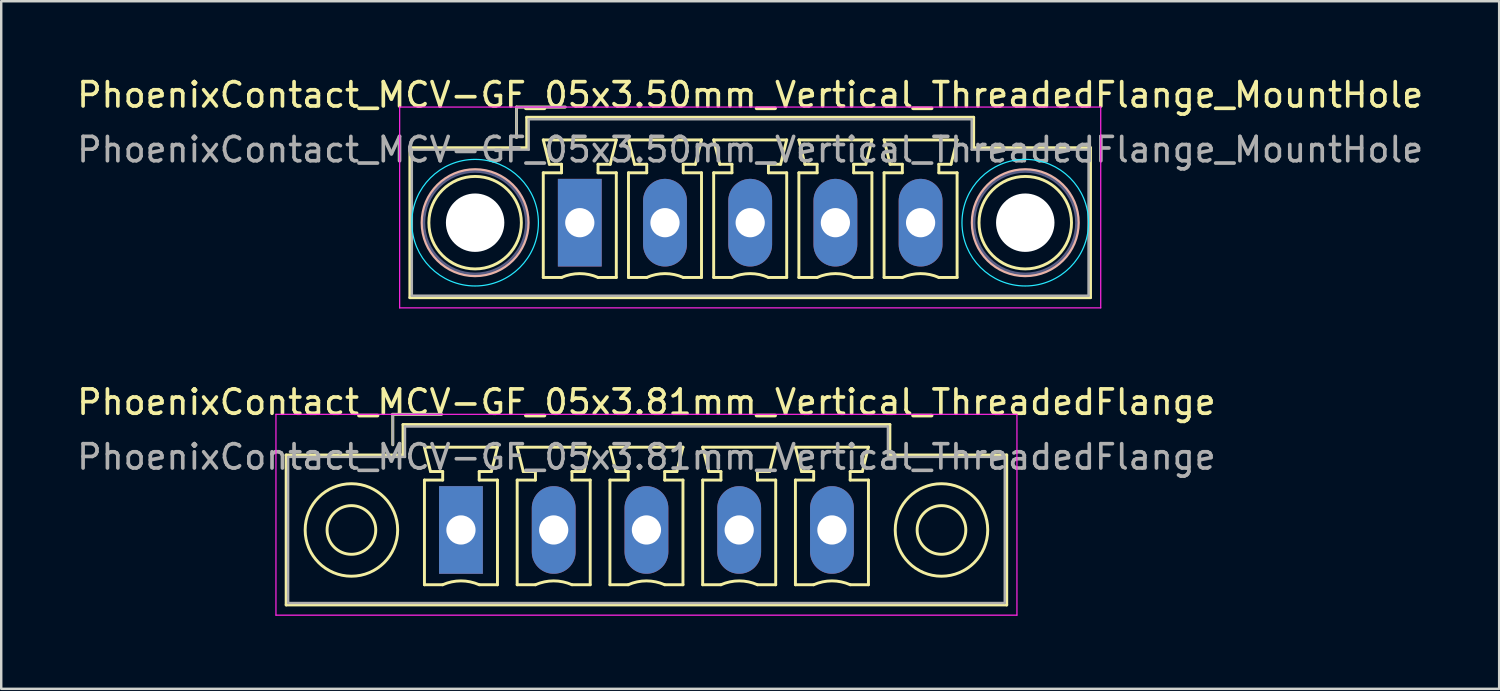
<source format=kicad_pcb>
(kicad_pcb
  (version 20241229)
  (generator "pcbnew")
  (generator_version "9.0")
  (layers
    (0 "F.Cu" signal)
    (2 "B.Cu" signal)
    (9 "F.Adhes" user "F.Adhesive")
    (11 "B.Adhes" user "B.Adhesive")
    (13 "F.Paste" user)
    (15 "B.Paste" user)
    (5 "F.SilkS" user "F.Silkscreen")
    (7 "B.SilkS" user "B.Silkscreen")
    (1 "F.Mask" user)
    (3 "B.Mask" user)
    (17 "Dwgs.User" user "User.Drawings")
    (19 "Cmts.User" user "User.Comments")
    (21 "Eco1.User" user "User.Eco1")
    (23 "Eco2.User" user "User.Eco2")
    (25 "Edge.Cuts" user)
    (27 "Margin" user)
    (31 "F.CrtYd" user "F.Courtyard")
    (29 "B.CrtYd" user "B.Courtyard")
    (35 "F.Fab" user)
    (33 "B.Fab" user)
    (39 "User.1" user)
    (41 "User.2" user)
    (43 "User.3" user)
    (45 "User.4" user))
  (footprint "PhoenixContact_MCV-GF_05x3.50mm_Vertical_ThreadedFlange_MountHole"
    (layer "F.Cu")
    (at 20.768 6.098)
    (property "Reference" "PhoenixContact_MCV-GF_05x3.50mm_Vertical_ThreadedFlange_MountHole" (at 7 -5.25 0) (layer "F.SilkS") (effects (font (size 1 1) (thickness 0.15))))
    (attr through_hole)
    (fp_line (start -6.98 -3.08) (end -6.98 3.08) (stroke (width 0.12) (type solid)) (layer "F.SilkS"))
    (fp_line (start -6.98 3.08) (end 20.98 3.08) (stroke (width 0.12) (type solid)) (layer "F.SilkS"))
    (fp_line (start -2.6 -4.75) (end -0.6 -4.75) (stroke (width 0.12) (type solid)) (layer "F.SilkS"))
    (fp_line (start -2.6 -3.5) (end -2.6 -4.75) (stroke (width 0.12) (type solid)) (layer "F.SilkS"))
    (fp_line (start -2.18 -4.33) (end -2.18 -3.08) (stroke (width 0.12) (type solid)) (layer "F.SilkS"))
    (fp_line (start -2.18 -3.08) (end -6.98 -3.08) (stroke (width 0.12) (type solid)) (layer "F.SilkS"))
    (fp_line (start -1.5 -3.4) (end 1.5 -3.4) (stroke (width 0.12) (type solid)) (layer "F.SilkS"))
    (fp_line (start -1.5 -2.05) (end -0.75 -2.05) (stroke (width 0.12) (type solid)) (layer "F.SilkS"))
    (fp_line (start -1.5 2.25) (end -1.5 -2.05) (stroke (width 0.12) (type solid)) (layer "F.SilkS"))
    (fp_line (start -1.25 -2.4) (end -1.5 -3.4) (stroke (width 0.12) (type solid)) (layer "F.SilkS"))
    (fp_line (start -0.75 -2.4) (end -1.25 -2.4) (stroke (width 0.12) (type solid)) (layer "F.SilkS"))
    (fp_line (start -0.75 -2.05) (end -0.75 -2.4) (stroke (width 0.12) (type solid)) (layer "F.SilkS"))
    (fp_line (start -0.75 2.25) (end -1.5 2.25) (stroke (width 0.12) (type solid)) (layer "F.SilkS"))
    (fp_line (start 0.75 -2.4) (end 0.75 -2.05) (stroke (width 0.12) (type solid)) (layer "F.SilkS"))
    (fp_line (start 0.75 -2.05) (end 1.5 -2.05) (stroke (width 0.12) (type solid)) (layer "F.SilkS"))
    (fp_line (start 1.25 -2.4) (end 0.75 -2.4) (stroke (width 0.12) (type solid)) (layer "F.SilkS"))
    (fp_line (start 1.5 -3.4) (end 1.25 -2.4) (stroke (width 0.12) (type solid)) (layer "F.SilkS"))
    (fp_line (start 1.5 -2.05) (end 1.5 2.25) (stroke (width 0.12) (type solid)) (layer "F.SilkS"))
    (fp_line (start 1.5 2.25) (end 0.75 2.25) (stroke (width 0.12) (type solid)) (layer "F.SilkS"))
    (fp_line (start 2 -3.4) (end 5 -3.4) (stroke (width 0.12) (type solid)) (layer "F.SilkS"))
    (fp_line (start 2 -2.05) (end 2.75 -2.05) (stroke (width 0.12) (type solid)) (layer "F.SilkS"))
    (fp_line (start 2 2.25) (end 2 -2.05) (stroke (width 0.12) (type solid)) (layer "F.SilkS"))
    (fp_line (start 2.25 -2.4) (end 2 -3.4) (stroke (width 0.12) (type solid)) (layer "F.SilkS"))
    (fp_line (start 2.75 -2.4) (end 2.25 -2.4) (stroke (width 0.12) (type solid)) (layer "F.SilkS"))
    (fp_line (start 2.75 -2.05) (end 2.75 -2.4) (stroke (width 0.12) (type solid)) (layer "F.SilkS"))
    (fp_line (start 2.75 2.25) (end 2 2.25) (stroke (width 0.12) (type solid)) (layer "F.SilkS"))
    (fp_line (start 4.25 -2.4) (end 4.25 -2.05) (stroke (width 0.12) (type solid)) (layer "F.SilkS"))
    (fp_line (start 4.25 -2.05) (end 5 -2.05) (stroke (width 0.12) (type solid)) (layer "F.SilkS"))
    (fp_line (start 4.75 -2.4) (end 4.25 -2.4) (stroke (width 0.12) (type solid)) (layer "F.SilkS"))
    (fp_line (start 5 -3.4) (end 4.75 -2.4) (stroke (width 0.12) (type solid)) (layer "F.SilkS"))
    (fp_line (start 5 -2.05) (end 5 2.25) (stroke (width 0.12) (type solid)) (layer "F.SilkS"))
    (fp_line (start 5 2.25) (end 4.25 2.25) (stroke (width 0.12) (type solid)) (layer "F.SilkS"))
    (fp_line (start 5.5 -3.4) (end 8.5 -3.4) (stroke (width 0.12) (type solid)) (layer "F.SilkS"))
    (fp_line (start 5.5 -2.05) (end 6.25 -2.05) (stroke (width 0.12) (type solid)) (layer "F.SilkS"))
    (fp_line (start 5.5 2.25) (end 5.5 -2.05) (stroke (width 0.12) (type solid)) (layer "F.SilkS"))
    (fp_line (start 5.75 -2.4) (end 5.5 -3.4) (stroke (width 0.12) (type solid)) (layer "F.SilkS"))
    (fp_line (start 6.25 -2.4) (end 5.75 -2.4) (stroke (width 0.12) (type solid)) (layer "F.SilkS"))
    (fp_line (start 6.25 -2.05) (end 6.25 -2.4) (stroke (width 0.12) (type solid)) (layer "F.SilkS"))
    (fp_line (start 6.25 2.25) (end 5.5 2.25) (stroke (width 0.12) (type solid)) (layer "F.SilkS"))
    (fp_line (start 7.75 -2.4) (end 7.75 -2.05) (stroke (width 0.12) (type solid)) (layer "F.SilkS"))
    (fp_line (start 7.75 -2.05) (end 8.5 -2.05) (stroke (width 0.12) (type solid)) (layer "F.SilkS"))
    (fp_line (start 8.25 -2.4) (end 7.75 -2.4) (stroke (width 0.12) (type solid)) (layer "F.SilkS"))
    (fp_line (start 8.5 -3.4) (end 8.25 -2.4) (stroke (width 0.12) (type solid)) (layer "F.SilkS"))
    (fp_line (start 8.5 -2.05) (end 8.5 2.25) (stroke (width 0.12) (type solid)) (layer "F.SilkS"))
    (fp_line (start 8.5 2.25) (end 7.75 2.25) (stroke (width 0.12) (type solid)) (layer "F.SilkS"))
    (fp_line (start 9 -3.4) (end 12 -3.4) (stroke (width 0.12) (type solid)) (layer "F.SilkS"))
    (fp_line (start 9 -2.05) (end 9.75 -2.05) (stroke (width 0.12) (type solid)) (layer "F.SilkS"))
    (fp_line (start 9 2.25) (end 9 -2.05) (stroke (width 0.12) (type solid)) (layer "F.SilkS"))
    (fp_line (start 9.25 -2.4) (end 9 -3.4) (stroke (width 0.12) (type solid)) (layer "F.SilkS"))
    (fp_line (start 9.75 -2.4) (end 9.25 -2.4) (stroke (width 0.12) (type solid)) (layer "F.SilkS"))
    (fp_line (start 9.75 -2.05) (end 9.75 -2.4) (stroke (width 0.12) (type solid)) (layer "F.SilkS"))
    (fp_line (start 9.75 2.25) (end 9 2.25) (stroke (width 0.12) (type solid)) (layer "F.SilkS"))
    (fp_line (start 11.25 -2.4) (end 11.25 -2.05) (stroke (width 0.12) (type solid)) (layer "F.SilkS"))
    (fp_line (start 11.25 -2.05) (end 12 -2.05) (stroke (width 0.12) (type solid)) (layer "F.SilkS"))
    (fp_line (start 11.75 -2.4) (end 11.25 -2.4) (stroke (width 0.12) (type solid)) (layer "F.SilkS"))
    (fp_line (start 12 -3.4) (end 11.75 -2.4) (stroke (width 0.12) (type solid)) (layer "F.SilkS"))
    (fp_line (start 12 -2.05) (end 12 2.25) (stroke (width 0.12) (type solid)) (layer "F.SilkS"))
    (fp_line (start 12 2.25) (end 11.25 2.25) (stroke (width 0.12) (type solid)) (layer "F.SilkS"))
    (fp_line (start 12.5 -3.4) (end 15.5 -3.4) (stroke (width 0.12) (type solid)) (layer "F.SilkS"))
    (fp_line (start 12.5 -2.05) (end 13.25 -2.05) (stroke (width 0.12) (type solid)) (layer "F.SilkS"))
    (fp_line (start 12.5 2.25) (end 12.5 -2.05) (stroke (width 0.12) (type solid)) (layer "F.SilkS"))
    (fp_line (start 12.75 -2.4) (end 12.5 -3.4) (stroke (width 0.12) (type solid)) (layer "F.SilkS"))
    (fp_line (start 13.25 -2.4) (end 12.75 -2.4) (stroke (width 0.12) (type solid)) (layer "F.SilkS"))
    (fp_line (start 13.25 -2.05) (end 13.25 -2.4) (stroke (width 0.12) (type solid)) (layer "F.SilkS"))
    (fp_line (start 13.25 2.25) (end 12.5 2.25) (stroke (width 0.12) (type solid)) (layer "F.SilkS"))
    (fp_line (start 14.75 -2.4) (end 14.75 -2.05) (stroke (width 0.12) (type solid)) (layer "F.SilkS"))
    (fp_line (start 14.75 -2.05) (end 15.5 -2.05) (stroke (width 0.12) (type solid)) (layer "F.SilkS"))
    (fp_line (start 15.25 -2.4) (end 14.75 -2.4) (stroke (width 0.12) (type solid)) (layer "F.SilkS"))
    (fp_line (start 15.5 -3.4) (end 15.25 -2.4) (stroke (width 0.12) (type solid)) (layer "F.SilkS"))
    (fp_line (start 15.5 -2.05) (end 15.5 2.25) (stroke (width 0.12) (type solid)) (layer "F.SilkS"))
    (fp_line (start 15.5 2.25) (end 14.75 2.25) (stroke (width 0.12) (type solid)) (layer "F.SilkS"))
    (fp_line (start 16.18 -4.33) (end -2.18 -4.33) (stroke (width 0.12) (type solid)) (layer "F.SilkS"))
    (fp_line (start 16.18 -3.08) (end 16.18 -4.33) (stroke (width 0.12) (type solid)) (layer "F.SilkS"))
    (fp_line (start 20.98 -3.08) (end 16.18 -3.08) (stroke (width 0.12) (type solid)) (layer "F.SilkS"))
    (fp_line (start 20.98 3.08) (end 20.98 -3.08) (stroke (width 0.12) (type solid)) (layer "F.SilkS"))
    (fp_arc (start -0.75 2.25) (mid -0.000193 2.09191) (end 0.749647 2.249844) (stroke (width 0.12) (type solid)) (layer "F.SilkS"))
    (fp_arc (start 2.75 2.25) (mid 3.499807 2.09191) (end 4.249647 2.249844) (stroke (width 0.12) (type solid)) (layer "F.SilkS"))
    (fp_arc (start 6.25 2.25) (mid 6.999807 2.09191) (end 7.749647 2.249844) (stroke (width 0.12) (type solid)) (layer "F.SilkS"))
    (fp_arc (start 9.75 2.25) (mid 10.499807 2.09191) (end 11.249647 2.249844) (stroke (width 0.12) (type solid)) (layer "F.SilkS"))
    (fp_arc (start 13.25 2.25) (mid 13.999807 2.09191) (end 14.749647 2.249844) (stroke (width 0.12) (type solid)) (layer "F.SilkS"))
    (fp_circle (center -4.3 0) (end -2.4 0) (stroke (width 0.12) (type solid)) (fill no) (layer "F.SilkS"))
    (fp_circle (center 18.3 0) (end 20.2 0) (stroke (width 0.12) (type solid)) (fill no) (layer "F.SilkS"))
    (fp_circle (center -4.3 0) (end -2.12 0) (stroke (width 0.12) (type solid)) (fill no) (layer "B.SilkS"))
    (fp_circle (center 18.3 0) (end 20.48 0) (stroke (width 0.12) (type solid)) (fill no) (layer "B.SilkS"))
    (fp_circle (center -4.3 0) (end -1.7 0) (stroke (width 0.05) (type solid)) (fill no) (layer "B.CrtYd"))
    (fp_circle (center 18.3 0) (end 20.9 0) (stroke (width 0.05) (type solid)) (fill no) (layer "B.CrtYd"))
    (fp_line (start -7.4 -4.75) (end -7.4 3.5) (stroke (width 0.05) (type solid)) (layer "F.CrtYd"))
    (fp_line (start -7.4 3.5) (end 21.4 3.5) (stroke (width 0.05) (type solid)) (layer "F.CrtYd"))
    (fp_line (start 21.4 -4.75) (end -7.4 -4.75) (stroke (width 0.05) (type solid)) (layer "F.CrtYd"))
    (fp_line (start 21.4 3.5) (end 21.4 -4.75) (stroke (width 0.05) (type solid)) (layer "F.CrtYd"))
    (fp_circle (center -4.3 0) (end -2.2 0) (stroke (width 0.1) (type solid)) (fill no) (layer "B.Fab"))
    (fp_circle (center 18.3 0) (end 20.4 0) (stroke (width 0.1) (type solid)) (fill no) (layer "B.Fab"))
    (fp_line (start -6.9 -3) (end -6.9 3) (stroke (width 0.1) (type solid)) (layer "F.Fab"))
    (fp_line (start -6.9 3) (end 20.9 3) (stroke (width 0.1) (type solid)) (layer "F.Fab"))
    (fp_line (start -2.6 -4.75) (end -0.6 -4.75) (stroke (width 0.1) (type solid)) (layer "F.Fab"))
    (fp_line (start -2.6 -3.5) (end -2.6 -4.75) (stroke (width 0.1) (type solid)) (layer "F.Fab"))
    (fp_line (start -2.1 -4.25) (end -2.1 -3) (stroke (width 0.1) (type solid)) (layer "F.Fab"))
    (fp_line (start -2.1 -3) (end -6.9 -3) (stroke (width 0.1) (type solid)) (layer "F.Fab"))
    (fp_line (start 16.1 -4.25) (end -2.1 -4.25) (stroke (width 0.1) (type solid)) (layer "F.Fab"))
    (fp_line (start 16.1 -3) (end 16.1 -4.25) (stroke (width 0.1) (type solid)) (layer "F.Fab"))
    (fp_line (start 20.9 -3) (end 16.1 -3) (stroke (width 0.1) (type solid)) (layer "F.Fab"))
    (fp_line (start 20.9 3) (end 20.9 -3) (stroke (width 0.1) (type solid)) (layer "F.Fab"))
    (fp_text user "${REFERENCE}" (at 7 -3 0) (layer "F.Fab") (effects (font (size 1 1) (thickness 0.15))))
    (pad "" np_thru_hole circle (at -4.3 0) (size 2.4 2.4) (drill 2.4) (layers "*.Cu" "*.Mask"))
    (pad "" np_thru_hole circle (at 18.3 0) (size 2.4 2.4) (drill 2.4) (layers "*.Cu" "*.Mask"))
    (pad "1" thru_hole rect (at 0 0) (size 1.8 3.6) (drill 1.2) (layers "*.Cu" "*.Mask"))
    (pad "2" thru_hole oval (at 3.5 0) (size 1.8 3.6) (drill 1.2) (layers "*.Cu" "*.Mask"))
    (pad "3" thru_hole oval (at 7 0) (size 1.8 3.6) (drill 1.2) (layers "*.Cu" "*.Mask"))
    (pad "4" thru_hole oval (at 10.5 0) (size 1.8 3.6) (drill 1.2) (layers "*.Cu" "*.Mask"))
    (pad "5" thru_hole oval (at 14 0) (size 1.8 3.6) (drill 1.2) (layers "*.Cu" "*.Mask")))
  (footprint "PhoenixContact_MCV-GF_05x3.81mm_Vertical_ThreadedFlange"
    (layer "F.Cu")
    (at 15.886 18.721)
    (property "Reference" "PhoenixContact_MCV-GF_05x3.81mm_Vertical_ThreadedFlange" (at 7.62 -5.25 0) (layer "F.SilkS") (effects (font (size 1 1) (thickness 0.15))))
    (attr through_hole)
    (fp_line (start -7.18 -3.08) (end -7.18 3.08) (stroke (width 0.12) (type solid)) (layer "F.SilkS"))
    (fp_line (start -7.18 3.08) (end 22.42 3.08) (stroke (width 0.12) (type solid)) (layer "F.SilkS"))
    (fp_line (start -2.8 -4.75) (end -0.8 -4.75) (stroke (width 0.12) (type solid)) (layer "F.SilkS"))
    (fp_line (start -2.8 -3.5) (end -2.8 -4.75) (stroke (width 0.12) (type solid)) (layer "F.SilkS"))
    (fp_line (start -2.38 -4.33) (end -2.38 -3.08) (stroke (width 0.12) (type solid)) (layer "F.SilkS"))
    (fp_line (start -2.38 -3.08) (end -7.18 -3.08) (stroke (width 0.12) (type solid)) (layer "F.SilkS"))
    (fp_line (start -1.5 -3.4) (end 1.5 -3.4) (stroke (width 0.12) (type solid)) (layer "F.SilkS"))
    (fp_line (start -1.5 -2.05) (end -0.75 -2.05) (stroke (width 0.12) (type solid)) (layer "F.SilkS"))
    (fp_line (start -1.5 2.25) (end -1.5 -2.05) (stroke (width 0.12) (type solid)) (layer "F.SilkS"))
    (fp_line (start -1.25 -2.4) (end -1.5 -3.4) (stroke (width 0.12) (type solid)) (layer "F.SilkS"))
    (fp_line (start -0.75 -2.4) (end -1.25 -2.4) (stroke (width 0.12) (type solid)) (layer "F.SilkS"))
    (fp_line (start -0.75 -2.05) (end -0.75 -2.4) (stroke (width 0.12) (type solid)) (layer "F.SilkS"))
    (fp_line (start -0.75 2.25) (end -1.5 2.25) (stroke (width 0.12) (type solid)) (layer "F.SilkS"))
    (fp_line (start 0.75 -2.4) (end 0.75 -2.05) (stroke (width 0.12) (type solid)) (layer "F.SilkS"))
    (fp_line (start 0.75 -2.05) (end 1.5 -2.05) (stroke (width 0.12) (type solid)) (layer "F.SilkS"))
    (fp_line (start 1.25 -2.4) (end 0.75 -2.4) (stroke (width 0.12) (type solid)) (layer "F.SilkS"))
    (fp_line (start 1.5 -3.4) (end 1.25 -2.4) (stroke (width 0.12) (type solid)) (layer "F.SilkS"))
    (fp_line (start 1.5 -2.05) (end 1.5 2.25) (stroke (width 0.12) (type solid)) (layer "F.SilkS"))
    (fp_line (start 1.5 2.25) (end 0.75 2.25) (stroke (width 0.12) (type solid)) (layer "F.SilkS"))
    (fp_line (start 2.31 -3.4) (end 5.31 -3.4) (stroke (width 0.12) (type solid)) (layer "F.SilkS"))
    (fp_line (start 2.31 -2.05) (end 3.06 -2.05) (stroke (width 0.12) (type solid)) (layer "F.SilkS"))
    (fp_line (start 2.31 2.25) (end 2.31 -2.05) (stroke (width 0.12) (type solid)) (layer "F.SilkS"))
    (fp_line (start 2.56 -2.4) (end 2.31 -3.4) (stroke (width 0.12) (type solid)) (layer "F.SilkS"))
    (fp_line (start 3.06 -2.4) (end 2.56 -2.4) (stroke (width 0.12) (type solid)) (layer "F.SilkS"))
    (fp_line (start 3.06 -2.05) (end 3.06 -2.4) (stroke (width 0.12) (type solid)) (layer "F.SilkS"))
    (fp_line (start 3.06 2.25) (end 2.31 2.25) (stroke (width 0.12) (type solid)) (layer "F.SilkS"))
    (fp_line (start 4.56 -2.4) (end 4.56 -2.05) (stroke (width 0.12) (type solid)) (layer "F.SilkS"))
    (fp_line (start 4.56 -2.05) (end 5.31 -2.05) (stroke (width 0.12) (type solid)) (layer "F.SilkS"))
    (fp_line (start 5.06 -2.4) (end 4.56 -2.4) (stroke (width 0.12) (type solid)) (layer "F.SilkS"))
    (fp_line (start 5.31 -3.4) (end 5.06 -2.4) (stroke (width 0.12) (type solid)) (layer "F.SilkS"))
    (fp_line (start 5.31 -2.05) (end 5.31 2.25) (stroke (width 0.12) (type solid)) (layer "F.SilkS"))
    (fp_line (start 5.31 2.25) (end 4.56 2.25) (stroke (width 0.12) (type solid)) (layer "F.SilkS"))
    (fp_line (start 6.12 -3.4) (end 9.12 -3.4) (stroke (width 0.12) (type solid)) (layer "F.SilkS"))
    (fp_line (start 6.12 -2.05) (end 6.87 -2.05) (stroke (width 0.12) (type solid)) (layer "F.SilkS"))
    (fp_line (start 6.12 2.25) (end 6.12 -2.05) (stroke (width 0.12) (type solid)) (layer "F.SilkS"))
    (fp_line (start 6.37 -2.4) (end 6.12 -3.4) (stroke (width 0.12) (type solid)) (layer "F.SilkS"))
    (fp_line (start 6.87 -2.4) (end 6.37 -2.4) (stroke (width 0.12) (type solid)) (layer "F.SilkS"))
    (fp_line (start 6.87 -2.05) (end 6.87 -2.4) (stroke (width 0.12) (type solid)) (layer "F.SilkS"))
    (fp_line (start 6.87 2.25) (end 6.12 2.25) (stroke (width 0.12) (type solid)) (layer "F.SilkS"))
    (fp_line (start 8.37 -2.4) (end 8.37 -2.05) (stroke (width 0.12) (type solid)) (layer "F.SilkS"))
    (fp_line (start 8.37 -2.05) (end 9.12 -2.05) (stroke (width 0.12) (type solid)) (layer "F.SilkS"))
    (fp_line (start 8.87 -2.4) (end 8.37 -2.4) (stroke (width 0.12) (type solid)) (layer "F.SilkS"))
    (fp_line (start 9.12 -3.4) (end 8.87 -2.4) (stroke (width 0.12) (type solid)) (layer "F.SilkS"))
    (fp_line (start 9.12 -2.05) (end 9.12 2.25) (stroke (width 0.12) (type solid)) (layer "F.SilkS"))
    (fp_line (start 9.12 2.25) (end 8.37 2.25) (stroke (width 0.12) (type solid)) (layer "F.SilkS"))
    (fp_line (start 9.93 -3.4) (end 12.93 -3.4) (stroke (width 0.12) (type solid)) (layer "F.SilkS"))
    (fp_line (start 9.93 -2.05) (end 10.68 -2.05) (stroke (width 0.12) (type solid)) (layer "F.SilkS"))
    (fp_line (start 9.93 2.25) (end 9.93 -2.05) (stroke (width 0.12) (type solid)) (layer "F.SilkS"))
    (fp_line (start 10.18 -2.4) (end 9.93 -3.4) (stroke (width 0.12) (type solid)) (layer "F.SilkS"))
    (fp_line (start 10.68 -2.4) (end 10.18 -2.4) (stroke (width 0.12) (type solid)) (layer "F.SilkS"))
    (fp_line (start 10.68 -2.05) (end 10.68 -2.4) (stroke (width 0.12) (type solid)) (layer "F.SilkS"))
    (fp_line (start 10.68 2.25) (end 9.93 2.25) (stroke (width 0.12) (type solid)) (layer "F.SilkS"))
    (fp_line (start 12.18 -2.4) (end 12.18 -2.05) (stroke (width 0.12) (type solid)) (layer "F.SilkS"))
    (fp_line (start 12.18 -2.05) (end 12.93 -2.05) (stroke (width 0.12) (type solid)) (layer "F.SilkS"))
    (fp_line (start 12.68 -2.4) (end 12.18 -2.4) (stroke (width 0.12) (type solid)) (layer "F.SilkS"))
    (fp_line (start 12.93 -3.4) (end 12.68 -2.4) (stroke (width 0.12) (type solid)) (layer "F.SilkS"))
    (fp_line (start 12.93 -2.05) (end 12.93 2.25) (stroke (width 0.12) (type solid)) (layer "F.SilkS"))
    (fp_line (start 12.93 2.25) (end 12.18 2.25) (stroke (width 0.12) (type solid)) (layer "F.SilkS"))
    (fp_line (start 13.74 -3.4) (end 16.74 -3.4) (stroke (width 0.12) (type solid)) (layer "F.SilkS"))
    (fp_line (start 13.74 -2.05) (end 14.49 -2.05) (stroke (width 0.12) (type solid)) (layer "F.SilkS"))
    (fp_line (start 13.74 2.25) (end 13.74 -2.05) (stroke (width 0.12) (type solid)) (layer "F.SilkS"))
    (fp_line (start 13.99 -2.4) (end 13.74 -3.4) (stroke (width 0.12) (type solid)) (layer "F.SilkS"))
    (fp_line (start 14.49 -2.4) (end 13.99 -2.4) (stroke (width 0.12) (type solid)) (layer "F.SilkS"))
    (fp_line (start 14.49 -2.05) (end 14.49 -2.4) (stroke (width 0.12) (type solid)) (layer "F.SilkS"))
    (fp_line (start 14.49 2.25) (end 13.74 2.25) (stroke (width 0.12) (type solid)) (layer "F.SilkS"))
    (fp_line (start 15.99 -2.4) (end 15.99 -2.05) (stroke (width 0.12) (type solid)) (layer "F.SilkS"))
    (fp_line (start 15.99 -2.05) (end 16.74 -2.05) (stroke (width 0.12) (type solid)) (layer "F.SilkS"))
    (fp_line (start 16.49 -2.4) (end 15.99 -2.4) (stroke (width 0.12) (type solid)) (layer "F.SilkS"))
    (fp_line (start 16.74 -3.4) (end 16.49 -2.4) (stroke (width 0.12) (type solid)) (layer "F.SilkS"))
    (fp_line (start 16.74 -2.05) (end 16.74 2.25) (stroke (width 0.12) (type solid)) (layer "F.SilkS"))
    (fp_line (start 16.74 2.25) (end 15.99 2.25) (stroke (width 0.12) (type solid)) (layer "F.SilkS"))
    (fp_line (start 17.62 -4.33) (end -2.38 -4.33) (stroke (width 0.12) (type solid)) (layer "F.SilkS"))
    (fp_line (start 17.62 -3.08) (end 17.62 -4.33) (stroke (width 0.12) (type solid)) (layer "F.SilkS"))
    (fp_line (start 22.42 -3.08) (end 17.62 -3.08) (stroke (width 0.12) (type solid)) (layer "F.SilkS"))
    (fp_line (start 22.42 3.08) (end 22.42 -3.08) (stroke (width 0.12) (type solid)) (layer "F.SilkS"))
    (fp_arc (start -0.75 2.25) (mid -0.000193 2.09191) (end 0.749647 2.249844) (stroke (width 0.12) (type solid)) (layer "F.SilkS"))
    (fp_arc (start 3.06 2.25) (mid 3.809807 2.09191) (end 4.559647 2.249844) (stroke (width 0.12) (type solid)) (layer "F.SilkS"))
    (fp_arc (start 6.87 2.25) (mid 7.619807 2.09191) (end 8.369647 2.249844) (stroke (width 0.12) (type solid)) (layer "F.SilkS"))
    (fp_arc (start 10.68 2.25) (mid 11.429807 2.09191) (end 12.179647 2.249844) (stroke (width 0.12) (type solid)) (layer "F.SilkS"))
    (fp_arc (start 14.49 2.25) (mid 15.239807 2.09191) (end 15.989647 2.249844) (stroke (width 0.12) (type solid)) (layer "F.SilkS"))
    (fp_circle (center -4.5 0) (end -3.5 0) (stroke (width 0.12) (type solid)) (fill no) (layer "F.SilkS"))
    (fp_circle (center -4.5 0) (end -2.6 0) (stroke (width 0.12) (type solid)) (fill no) (layer "F.SilkS"))
    (fp_circle (center 19.74 0) (end 20.74 0) (stroke (width 0.12) (type solid)) (fill no) (layer "F.SilkS"))
    (fp_circle (center 19.74 0) (end 21.64 0) (stroke (width 0.12) (type solid)) (fill no) (layer "F.SilkS"))
    (fp_line (start -7.6 -4.75) (end -7.6 3.5) (stroke (width 0.05) (type solid)) (layer "F.CrtYd"))
    (fp_line (start -7.6 3.5) (end 22.84 3.5) (stroke (width 0.05) (type solid)) (layer "F.CrtYd"))
    (fp_line (start 22.84 -4.75) (end -7.6 -4.75) (stroke (width 0.05) (type solid)) (layer "F.CrtYd"))
    (fp_line (start 22.84 3.5) (end 22.84 -4.75) (stroke (width 0.05) (type solid)) (layer "F.CrtYd"))
    (fp_line (start -7.1 -3) (end -7.1 3) (stroke (width 0.1) (type solid)) (layer "F.Fab"))
    (fp_line (start -7.1 3) (end 22.34 3) (stroke (width 0.1) (type solid)) (layer "F.Fab"))
    (fp_line (start -2.8 -4.75) (end -0.8 -4.75) (stroke (width 0.1) (type solid)) (layer "F.Fab"))
    (fp_line (start -2.8 -3.5) (end -2.8 -4.75) (stroke (width 0.1) (type solid)) (layer "F.Fab"))
    (fp_line (start -2.3 -4.25) (end -2.3 -3) (stroke (width 0.1) (type solid)) (layer "F.Fab"))
    (fp_line (start -2.3 -3) (end -7.1 -3) (stroke (width 0.1) (type solid)) (layer "F.Fab"))
    (fp_line (start 17.54 -4.25) (end -2.3 -4.25) (stroke (width 0.1) (type solid)) (layer "F.Fab"))
    (fp_line (start 17.54 -3) (end 17.54 -4.25) (stroke (width 0.1) (type solid)) (layer "F.Fab"))
    (fp_line (start 22.34 -3) (end 17.54 -3) (stroke (width 0.1) (type solid)) (layer "F.Fab"))
    (fp_line (start 22.34 3) (end 22.34 -3) (stroke (width 0.1) (type solid)) (layer "F.Fab"))
    (fp_text user "${REFERENCE}" (at 7.62 -3 0) (layer "F.Fab") (effects (font (size 1 1) (thickness 0.15))))
    (pad "1" thru_hole rect (at 0 0) (size 1.8 3.6) (drill 1.2) (layers "*.Cu" "*.Mask"))
    (pad "2" thru_hole oval (at 3.81 0) (size 1.8 3.6) (drill 1.2) (layers "*.Cu" "*.Mask"))
    (pad "3" thru_hole oval (at 7.62 0) (size 1.8 3.6) (drill 1.2) (layers "*.Cu" "*.Mask"))
    (pad "4" thru_hole oval (at 11.43 0) (size 1.8 3.6) (drill 1.2) (layers "*.Cu" "*.Mask"))
    (pad "5" thru_hole oval (at 15.24 0) (size 1.8 3.6) (drill 1.2) (layers "*.Cu" "*.Mask")))
  (gr_rect
    (start -3 -3)
    (end 58.536 25.247)
    (stroke (width 0.1) (type default))
    (fill no)
    (layer "Edge.Cuts")))
</source>
